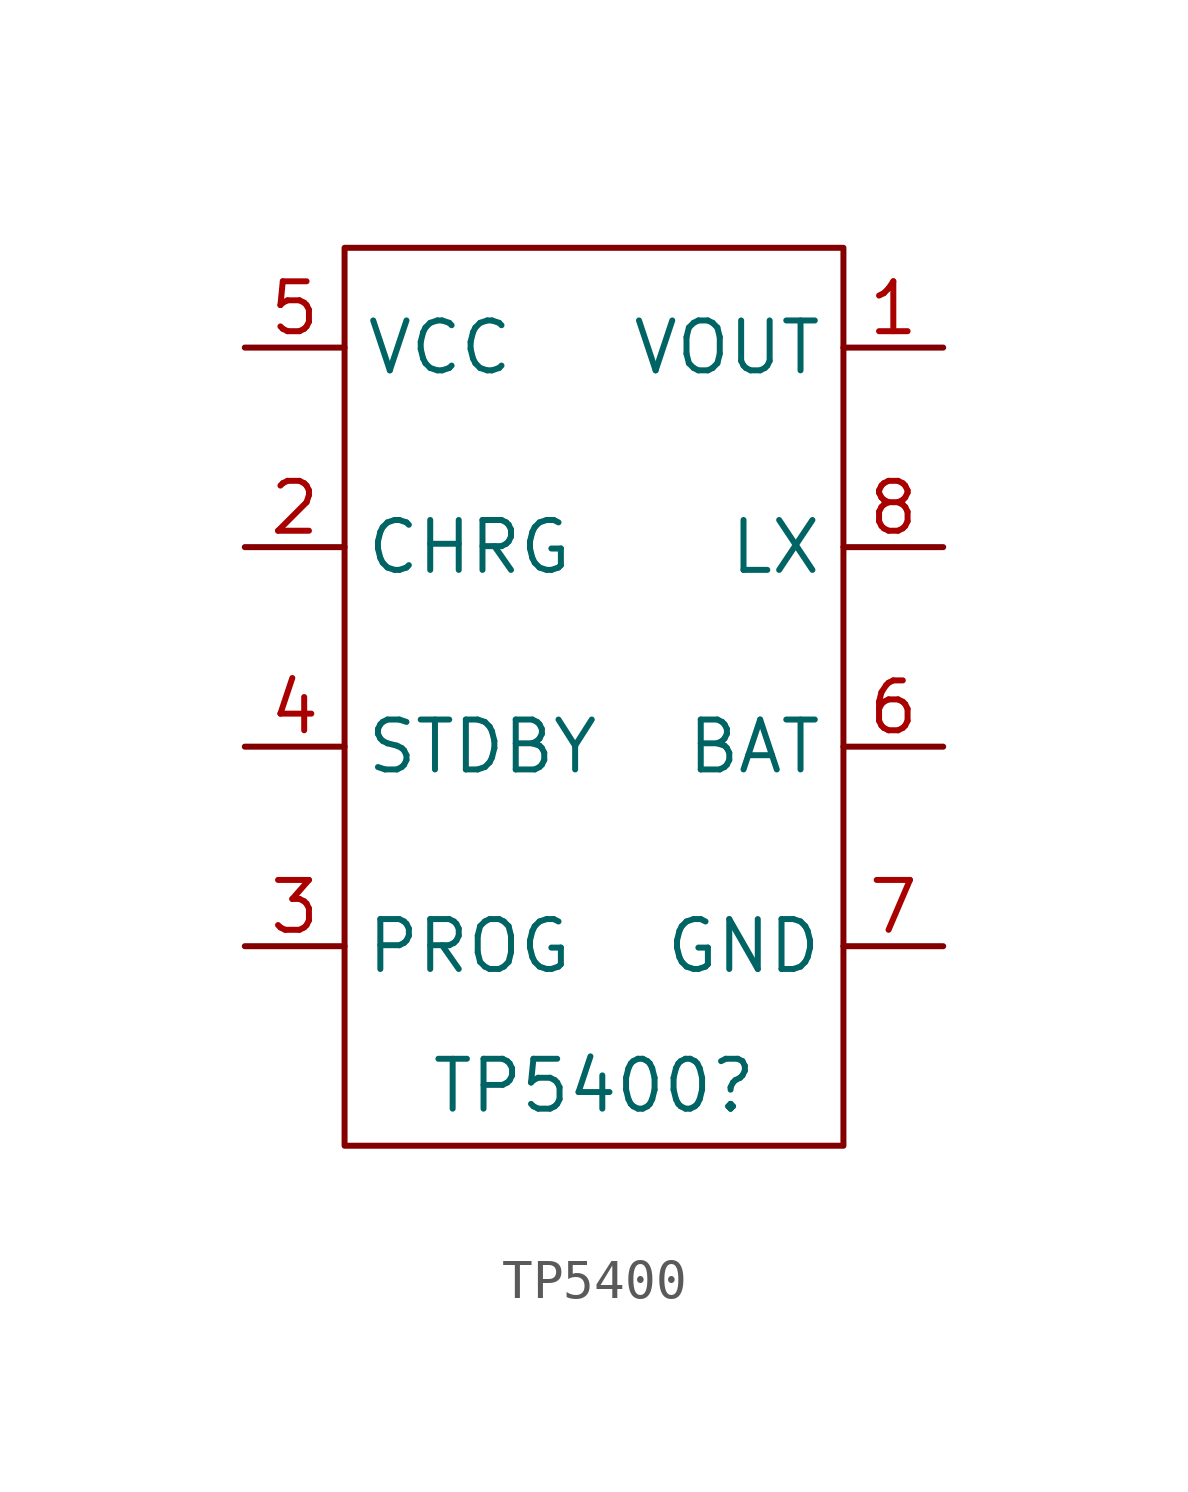
<source format=kicad_sym>
(kicad_symbol_lib
  (version 20220914)
  (generator kicad_symbol_editor)
  (symbol "TP5400"
    (property "Reference" "TP5400"
      (at -1.27 1.524 0)
      (effects (font (size 1.27 1.27))))
    (property "Value" ""
      (at 0 0 0)
      (effects (font (size 1.27 1.27))))
    (symbol "TP5400_0_1"
      (rectangle (start -7.62 22.86) (end 5.08 0) (stroke (width 0) (type default)) (fill (type none))))
    (symbol "TP5400_1_1"
      (pin bidirectional line (at 7.62 20.32 180) (length 2.54) (name "VOUT" (effects (font (size 1.27 1.27)))) (number "1" (effects (font (size 1.27 1.27)))))
      (pin bidirectional line (at -10.16 15.24 0) (length 2.54) (name "CHRG" (effects (font (size 1.27 1.27)))) (number "2" (effects (font (size 1.27 1.27)))))
      (pin bidirectional line (at -10.16 5.08 0) (length 2.54) (name "PROG" (effects (font (size 1.27 1.27)))) (number "3" (effects (font (size 1.27 1.27)))))
      (pin bidirectional line (at -10.16 10.16 0) (length 2.54) (name "STDBY" (effects (font (size 1.27 1.27)))) (number "4" (effects (font (size 1.27 1.27)))))
      (pin bidirectional line (at -10.16 20.32 0) (length 2.54) (name "VCC" (effects (font (size 1.27 1.27)))) (number "5" (effects (font (size 1.27 1.27)))))
      (pin bidirectional line (at 7.62 10.16 180) (length 2.54) (name "BAT" (effects (font (size 1.27 1.27)))) (number "6" (effects (font (size 1.27 1.27)))))
      (pin bidirectional line (at 7.62 5.08 180) (length 2.54) (name "GND" (effects (font (size 1.27 1.27)))) (number "7" (effects (font (size 1.27 1.27)))))
      (pin bidirectional line (at 7.62 15.24 180) (length 2.54) (name "LX" (effects (font (size 1.27 1.27)))) (number "8" (effects (font (size 1.27 1.27))))))))
</source>
